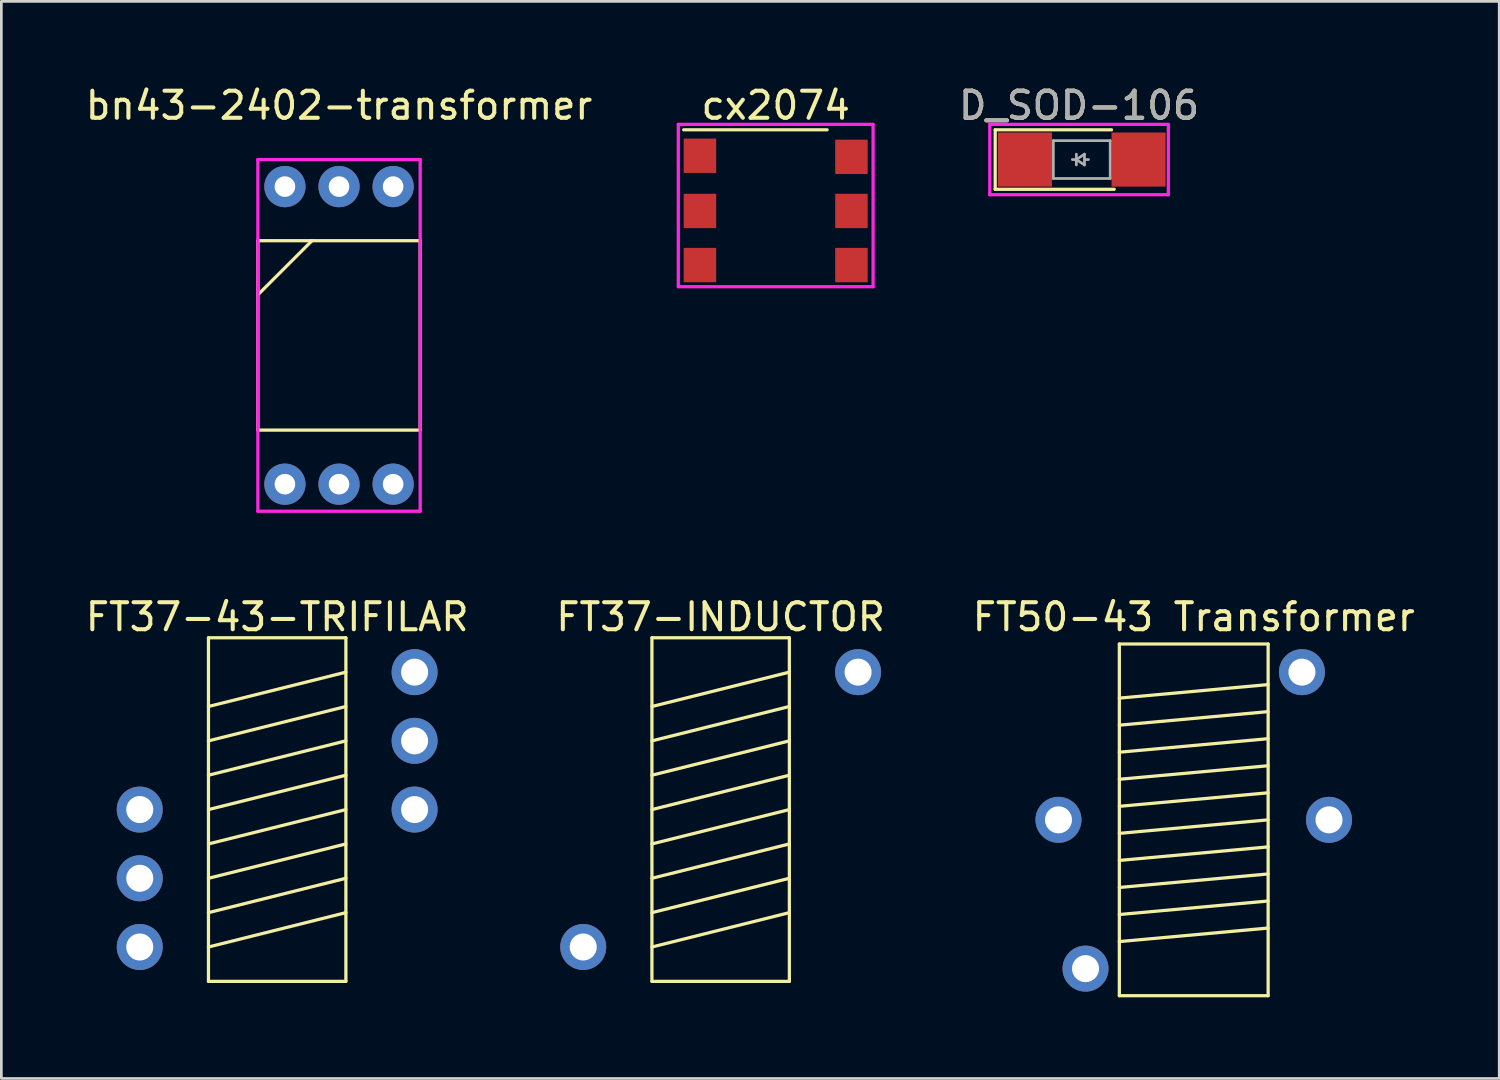
<source format=kicad_pcb>
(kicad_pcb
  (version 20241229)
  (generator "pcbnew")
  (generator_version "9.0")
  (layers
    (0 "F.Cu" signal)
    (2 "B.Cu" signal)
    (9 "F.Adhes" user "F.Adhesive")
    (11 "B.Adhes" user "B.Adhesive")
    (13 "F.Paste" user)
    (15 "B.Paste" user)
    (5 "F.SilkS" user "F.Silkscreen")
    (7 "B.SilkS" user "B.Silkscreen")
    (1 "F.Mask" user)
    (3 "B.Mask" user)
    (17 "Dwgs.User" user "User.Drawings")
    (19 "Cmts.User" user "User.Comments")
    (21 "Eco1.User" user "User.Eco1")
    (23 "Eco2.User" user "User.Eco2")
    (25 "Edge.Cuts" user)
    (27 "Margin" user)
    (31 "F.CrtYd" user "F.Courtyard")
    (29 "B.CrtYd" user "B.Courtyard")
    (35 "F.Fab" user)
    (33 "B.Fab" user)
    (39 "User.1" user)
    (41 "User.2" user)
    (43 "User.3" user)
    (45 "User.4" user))
  (footprint "FT37-43-TRIFILAR"
    (layer "F.Cu")
    (at 7.196 19.256)
    (property "Reference" "FT37-43-TRIFILAR" (at 0 0.5 0) (unlocked yes) (layer "F.SilkS") (effects (font (size 1 1) (thickness 0.15))))
    (attr through_hole)
    (fp_line (start -2.54 1.27) (end 2.54 1.27) (stroke (width 0.12) (type solid)) (layer "F.SilkS"))
    (fp_line (start -2.54 3.81) (end 2.54 2.54) (stroke (width 0.12) (type solid)) (layer "F.SilkS"))
    (fp_line (start -2.54 5.08) (end 2.54 3.81) (stroke (width 0.12) (type solid)) (layer "F.SilkS"))
    (fp_line (start -2.54 6.35) (end 2.54 5.08) (stroke (width 0.12) (type solid)) (layer "F.SilkS"))
    (fp_line (start -2.54 7.62) (end 2.54 6.35) (stroke (width 0.12) (type solid)) (layer "F.SilkS"))
    (fp_line (start -2.54 8.89) (end 2.54 7.62) (stroke (width 0.12) (type solid)) (layer "F.SilkS"))
    (fp_line (start -2.54 10.16) (end 2.54 8.89) (stroke (width 0.12) (type solid)) (layer "F.SilkS"))
    (fp_line (start -2.54 11.43) (end 2.54 10.16) (stroke (width 0.12) (type solid)) (layer "F.SilkS"))
    (fp_line (start -2.54 12.7) (end 2.54 11.43) (stroke (width 0.12) (type solid)) (layer "F.SilkS"))
    (fp_line (start -2.54 13.97) (end -2.54 1.27) (stroke (width 0.12) (type solid)) (layer "F.SilkS"))
    (fp_line (start 2.54 1.27) (end 2.54 13.97) (stroke (width 0.12) (type solid)) (layer "F.SilkS"))
    (fp_line (start 2.54 13.97) (end -2.54 13.97) (stroke (width 0.12) (type solid)) (layer "F.SilkS"))
    (pad "1" thru_hole circle (at 5.08 2.54) (size 1.7 1.7) (drill 1) (layers "*.Cu" "*.Mask"))
    (pad "2" thru_hole circle (at -5.08 7.62) (size 1.7 1.7) (drill 1) (layers "*.Cu" "*.Mask"))
    (pad "3" thru_hole circle (at 5.08 5.08) (size 1.7 1.7) (drill 1) (layers "*.Cu" "*.Mask"))
    (pad "4" thru_hole circle (at -5.08 10.16) (size 1.7 1.7) (drill 1) (layers "*.Cu" "*.Mask"))
    (pad "5" thru_hole circle (at 5.08 7.62) (size 1.7 1.7) (drill 1) (layers "*.Cu" "*.Mask"))
    (pad "6" thru_hole circle (at -5.08 12.7) (size 1.7 1.7) (drill 1) (layers "*.Cu" "*.Mask")))
  (footprint "bn43-2402-transformer"
    (layer "F.Cu")
    (at 9.482 5.848)
    (property "Reference" "bn43-2402-transformer" (at 0 -5 0) (unlocked yes) (layer "F.SilkS") (effects (font (size 1 1) (thickness 0.15))))
    (attr through_hole)
    (fp_line (start -3 0) (end 3 0) (stroke (width 0.12) (type solid)) (layer "F.SilkS"))
    (fp_line (start -3 2) (end -1 0) (stroke (width 0.12) (type solid)) (layer "F.SilkS"))
    (fp_line (start -3 7) (end -3 0) (stroke (width 0.12) (type solid)) (layer "F.SilkS"))
    (fp_line (start 3 0) (end 3 7) (stroke (width 0.12) (type solid)) (layer "F.SilkS"))
    (fp_line (start 3 7) (end -3 7) (stroke (width 0.12) (type solid)) (layer "F.SilkS"))
    (fp_line (start -3 -3) (end -3 10) (stroke (width 0.12) (type solid)) (layer "F.CrtYd"))
    (fp_line (start -3 10) (end 3 10) (stroke (width 0.12) (type solid)) (layer "F.CrtYd"))
    (fp_line (start 3 -3) (end -3 -3) (stroke (width 0.12) (type solid)) (layer "F.CrtYd"))
    (fp_line (start 3 10) (end 3 -3) (stroke (width 0.12) (type solid)) (layer "F.CrtYd"))
    (pad "1" thru_hole circle (at -2 -2) (size 1.524 1.524) (drill 0.762) (layers "*.Cu" "*.Mask"))
    (pad "2" thru_hole circle (at 0 -2) (size 1.524 1.524) (drill 0.762) (layers "*.Cu" "*.Mask"))
    (pad "3" thru_hole circle (at 2 -2) (size 1.524 1.524) (drill 0.762) (layers "*.Cu" "*.Mask"))
    (pad "4" thru_hole circle (at -2 9) (size 1.524 1.524) (drill 0.762) (layers "*.Cu" "*.Mask"))
    (pad "5" thru_hole circle (at 0 9) (size 1.524 1.524) (drill 0.762) (layers "*.Cu" "*.Mask"))
    (pad "6" thru_hole circle (at 2 9) (size 1.524 1.524) (drill 0.762) (layers "*.Cu" "*.Mask")))
  (footprint "cx2074"
    (layer "F.Cu")
    (at 25.624 2.748)
    (property "Reference" "cx2074" (at 0 -1.9 0) (unlocked yes) (layer "F.SilkS") (effects (font (size 1 1) (thickness 0.15))))
    (attr through_hole)
    (fp_line (start -3.4 -1) (end 1.9 -1) (stroke (width 0.12) (type solid)) (layer "F.SilkS"))
    (fp_line (start -3.6 -1.2) (end -3.6 4.8) (stroke (width 0.12) (type solid)) (layer "F.CrtYd"))
    (fp_line (start -3.6 4.8) (end 3.6 4.8) (stroke (width 0.12) (type solid)) (layer "F.CrtYd"))
    (fp_line (start 3.6 -1.2) (end -3.6 -1.2) (stroke (width 0.12) (type solid)) (layer "F.CrtYd"))
    (fp_line (start 3.6 4.8) (end 3.6 -1.2) (stroke (width 0.12) (type solid)) (layer "F.CrtYd"))
    (pad "1" smd rect (at -2.8 -0.04) (size 1.2 1.27) (layers "F.Cu" "F.Mask" "F.Paste"))
    (pad "2" smd rect (at -2.8 2) (size 1.2 1.27) (layers "F.Cu" "F.Mask" "F.Paste"))
    (pad "3" smd rect (at -2.8 4) (size 1.2 1.27) (layers "F.Cu" "F.Mask" "F.Paste"))
    (pad "4" smd rect (at 2.8 4) (size 1.2 1.27) (layers "F.Cu" "F.Mask" "F.Paste"))
    (pad "5" smd rect (at 2.8 2) (size 1.2 1.27) (layers "F.Cu" "F.Mask" "F.Paste"))
    (pad "6" smd rect (at 2.8 0) (size 1.2 1.27) (layers "F.Cu" "F.Mask" "F.Paste")))
  (footprint "D_SOD-106"
    (layer "F.Cu")
    (at 36.938 2.848)
    (property "Reference" "D_SOD-106" (at -0.1 -2 0) (layer "F.SilkS") (effects (font (size 1 1) (thickness 0.15))))
    (attr smd)
    (fp_line (start -3.2 -1.1) (end -3.2 1.1) (stroke (width 0.12) (type solid)) (layer "F.SilkS"))
    (fp_line (start -3.2 1.1) (end 1.2 1.1) (stroke (width 0.12) (type solid)) (layer "F.SilkS"))
    (fp_line (start 1.1 -1.1) (end -3.2 -1.1) (stroke (width 0.12) (type solid)) (layer "F.SilkS"))
    (fp_line (start -3.4 -1.3) (end -3.4 1.3) (stroke (width 0.12) (type solid)) (layer "F.CrtYd"))
    (fp_line (start -3.4 1.3) (end 3.2 1.3) (stroke (width 0.12) (type solid)) (layer "F.CrtYd"))
    (fp_line (start 3.2 -1.3) (end -3.4 -1.3) (stroke (width 0.12) (type solid)) (layer "F.CrtYd"))
    (fp_line (start 3.2 1.3) (end 3.2 -1.3) (stroke (width 0.12) (type solid)) (layer "F.CrtYd"))
    (fp_line (start -1.05 -0.7) (end -1.05 0.7) (stroke (width 0.1) (type solid)) (layer "F.Fab"))
    (fp_line (start -1.05 0.7) (end 1.05 0.7) (stroke (width 0.1) (type solid)) (layer "F.Fab"))
    (fp_line (start -0.2 0) (end -0.35 0) (stroke (width 0.1) (type solid)) (layer "F.Fab"))
    (fp_line (start -0.2 0) (end 0.1 0.2) (stroke (width 0.1) (type solid)) (layer "F.Fab"))
    (fp_line (start -0.2 0.2) (end -0.2 -0.2) (stroke (width 0.1) (type solid)) (layer "F.Fab"))
    (fp_line (start 0.1 -0.2) (end -0.2 0) (stroke (width 0.1) (type solid)) (layer "F.Fab"))
    (fp_line (start 0.1 0) (end 0.25 0) (stroke (width 0.1) (type solid)) (layer "F.Fab"))
    (fp_line (start 0.1 0.2) (end 0.1 -0.2) (stroke (width 0.1) (type solid)) (layer "F.Fab"))
    (fp_line (start 1.05 -0.7) (end -1.05 -0.7) (stroke (width 0.1) (type solid)) (layer "F.Fab"))
    (fp_line (start 1.05 0.7) (end 1.05 -0.7) (stroke (width 0.1) (type solid)) (layer "F.Fab"))
    (fp_text user "${REFERENCE}" (at -0.1 -2 0) (layer "F.Fab") (effects (font (size 1 1) (thickness 0.15))))
    (pad "1" smd rect (at -2.1 0) (size 2 2) (layers "F.Cu" "F.Mask" "F.Paste"))
    (pad "2" smd rect (at 2.1 0) (size 2 2) (layers "F.Cu" "F.Mask" "F.Paste")))
  (footprint "FT50-43 Transformer"
    (layer "F.Cu")
    (at 41.077 19.256)
    (property "Reference" "FT50-43 Transformer" (at 0 0.5 0) (unlocked yes) (layer "F.SilkS") (effects (font (size 1 1) (thickness 0.15))))
    (attr through_hole)
    (fp_line (start -2.75 1.5) (end 2.75 1.5) (stroke (width 0.12) (type solid)) (layer "F.SilkS"))
    (fp_line (start -2.75 3.5) (end 2.75 3) (stroke (width 0.12) (type solid)) (layer "F.SilkS"))
    (fp_line (start -2.75 4.5) (end 2.75 4) (stroke (width 0.12) (type solid)) (layer "F.SilkS"))
    (fp_line (start -2.75 5.5) (end 2.75 5) (stroke (width 0.12) (type solid)) (layer "F.SilkS"))
    (fp_line (start -2.75 6.5) (end 2.75 6) (stroke (width 0.12) (type solid)) (layer "F.SilkS"))
    (fp_line (start -2.75 7.5) (end 2.75 7) (stroke (width 0.12) (type solid)) (layer "F.SilkS"))
    (fp_line (start -2.75 8.5) (end 2.75 8) (stroke (width 0.12) (type solid)) (layer "F.SilkS"))
    (fp_line (start -2.75 9.5) (end 2.75 9) (stroke (width 0.12) (type solid)) (layer "F.SilkS"))
    (fp_line (start -2.75 10.5) (end 2.75 10) (stroke (width 0.12) (type solid)) (layer "F.SilkS"))
    (fp_line (start -2.75 11.5) (end 2.75 11) (stroke (width 0.12) (type solid)) (layer "F.SilkS"))
    (fp_line (start -2.75 12.5) (end 2.75 12) (stroke (width 0.12) (type solid)) (layer "F.SilkS"))
    (fp_line (start -2.75 14.5) (end -2.75 1.5) (stroke (width 0.12) (type solid)) (layer "F.SilkS"))
    (fp_line (start 2.75 1.5) (end 2.75 14.5) (stroke (width 0.12) (type solid)) (layer "F.SilkS"))
    (fp_line (start 2.75 14.5) (end -2.75 14.5) (stroke (width 0.12) (type solid)) (layer "F.SilkS"))
    (pad "1" thru_hole circle (at 4 2.54) (size 1.7 1.7) (drill 1) (layers "*.Cu" "*.Mask"))
    (pad "2" thru_hole circle (at -4 13.5) (size 1.7 1.7) (drill 1) (layers "*.Cu" "*.Mask"))
    (pad "3" thru_hole circle (at 5 8) (size 1.7 1.7) (drill 1) (layers "*.Cu" "*.Mask"))
    (pad "4" thru_hole circle (at -5 8) (size 1.7 1.7) (drill 1) (layers "*.Cu" "*.Mask")))
  (footprint "FT37-INDUCTOR"
    (layer "F.Cu")
    (at 23.589 19.256)
    (property "Reference" "FT37-INDUCTOR" (at 0 0.5 0) (unlocked yes) (layer "F.SilkS") (effects (font (size 1 1) (thickness 0.15))))
    (attr through_hole)
    (fp_line (start -2.54 1.27) (end 2.54 1.27) (stroke (width 0.12) (type solid)) (layer "F.SilkS"))
    (fp_line (start -2.54 3.81) (end 2.54 2.54) (stroke (width 0.12) (type solid)) (layer "F.SilkS"))
    (fp_line (start -2.54 5.08) (end 2.54 3.81) (stroke (width 0.12) (type solid)) (layer "F.SilkS"))
    (fp_line (start -2.54 6.35) (end 2.54 5.08) (stroke (width 0.12) (type solid)) (layer "F.SilkS"))
    (fp_line (start -2.54 7.62) (end 2.54 6.35) (stroke (width 0.12) (type solid)) (layer "F.SilkS"))
    (fp_line (start -2.54 8.89) (end 2.54 7.62) (stroke (width 0.12) (type solid)) (layer "F.SilkS"))
    (fp_line (start -2.54 10.16) (end 2.54 8.89) (stroke (width 0.12) (type solid)) (layer "F.SilkS"))
    (fp_line (start -2.54 11.43) (end 2.54 10.16) (stroke (width 0.12) (type solid)) (layer "F.SilkS"))
    (fp_line (start -2.54 12.7) (end 2.54 11.43) (stroke (width 0.12) (type solid)) (layer "F.SilkS"))
    (fp_line (start -2.54 13.97) (end -2.54 1.27) (stroke (width 0.12) (type solid)) (layer "F.SilkS"))
    (fp_line (start 2.54 1.27) (end 2.54 13.97) (stroke (width 0.12) (type solid)) (layer "F.SilkS"))
    (fp_line (start 2.54 13.97) (end -2.54 13.97) (stroke (width 0.12) (type solid)) (layer "F.SilkS"))
    (pad "1" thru_hole circle (at 5.08 2.54) (size 1.7 1.7) (drill 1) (layers "*.Cu" "*.Mask"))
    (pad "2" thru_hole circle (at -5.08 12.7) (size 1.7 1.7) (drill 1) (layers "*.Cu" "*.Mask")))
  (gr_rect
    (start -3 -3)
    (end 52.369 36.816)
    (stroke (width 0.1) (type default))
    (fill no)
    (layer "Edge.Cuts")))
</source>
